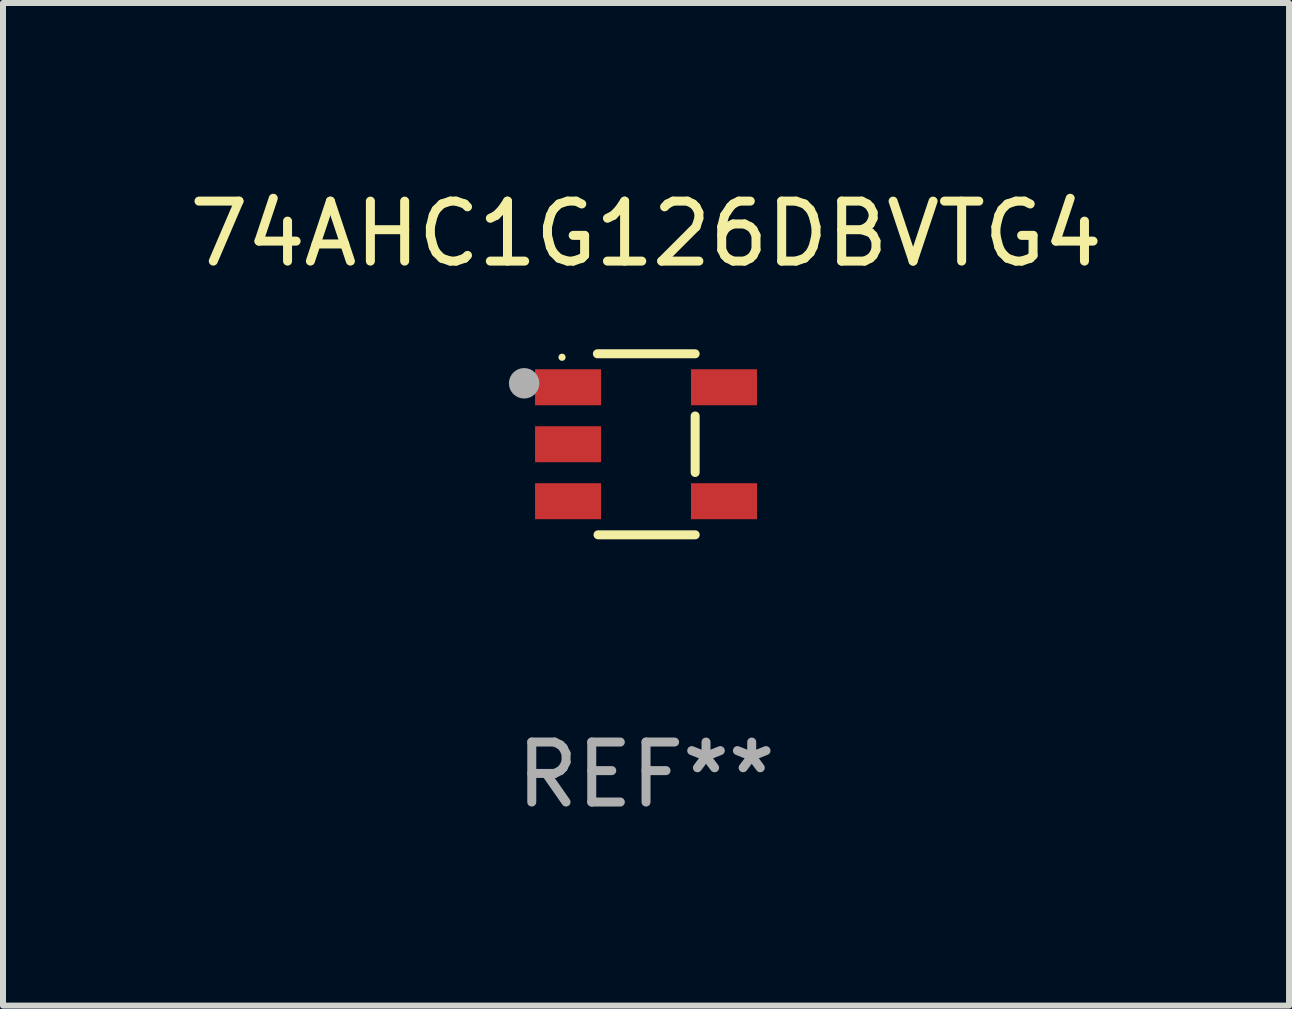
<source format=kicad_pcb>
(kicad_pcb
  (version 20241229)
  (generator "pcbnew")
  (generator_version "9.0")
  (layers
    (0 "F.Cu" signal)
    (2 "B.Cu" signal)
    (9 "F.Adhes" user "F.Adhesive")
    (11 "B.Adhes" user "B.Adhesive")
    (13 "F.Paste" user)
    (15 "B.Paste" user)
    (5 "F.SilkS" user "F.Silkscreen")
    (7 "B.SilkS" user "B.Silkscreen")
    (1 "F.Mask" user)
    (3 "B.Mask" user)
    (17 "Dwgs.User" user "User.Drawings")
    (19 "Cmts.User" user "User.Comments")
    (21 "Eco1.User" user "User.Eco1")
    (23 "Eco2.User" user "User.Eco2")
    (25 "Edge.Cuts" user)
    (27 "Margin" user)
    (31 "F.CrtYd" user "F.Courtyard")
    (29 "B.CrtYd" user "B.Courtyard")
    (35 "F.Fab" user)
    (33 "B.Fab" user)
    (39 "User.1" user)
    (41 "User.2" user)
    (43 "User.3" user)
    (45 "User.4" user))
  (footprint "74AHC1G126DBVTG4"
    (layer "F.Cu")
    (at 7.72 4.357)
    (property "Reference" "74AHC1G126DBVTG4" (at 0 -3.509 0) (layer "F.SilkS") (effects (font (size 1 1) (thickness 0.15))))
    (attr through_hole)
    (fp_line (start -0.811 -1.509) (end 0.819 -1.509) (stroke (width 0.15) (type solid)) (layer "F.SilkS"))
    (fp_line (start -0.8 1.509) (end 0.82 1.509) (stroke (width 0.15) (type solid)) (layer "F.SilkS"))
    (fp_line (start 0.819 -0.472) (end 0.819 0.47) (stroke (width 0.15) (type solid)) (layer "F.SilkS"))
    (fp_circle (center -1.4 -1.451) (end -1.37 -1.451) (stroke (width 0.06) (type solid)) (fill no) (layer "F.SilkS"))
    (fp_circle (center -2.032 -1.017) (end -1.905 -1.017) (stroke (width 0.254) (type solid)) (fill no) (layer "F.Fab"))
    (fp_text user "REF**" (at 0 5.509 0) (layer "F.Fab") (effects (font (size 1 1) (thickness 0.15))))
    (pad "1" smd rect (at -1.3 -0.951) (size 1.1 0.6) (layers "F.Cu" "F.Mask" "F.Paste"))
    (pad "2" smd rect (at -1.3 -0.001) (size 1.1 0.6) (layers "F.Cu" "F.Mask" "F.Paste"))
    (pad "3" smd rect (at -1.3 0.949) (size 1.1 0.6) (layers "F.Cu" "F.Mask" "F.Paste"))
    (pad "4" smd rect (at 1.3 0.949) (size 1.1 0.6) (layers "F.Cu" "F.Mask" "F.Paste"))
    (pad "5" smd rect (at 1.3 -0.951) (size 1.1 0.6) (layers "F.Cu" "F.Mask" "F.Paste")))
  (gr_rect
    (start -3 -3)
    (end 18.44 13.715)
    (stroke (width 0.1) (type default))
    (fill no)
    (layer "Edge.Cuts")))
</source>
